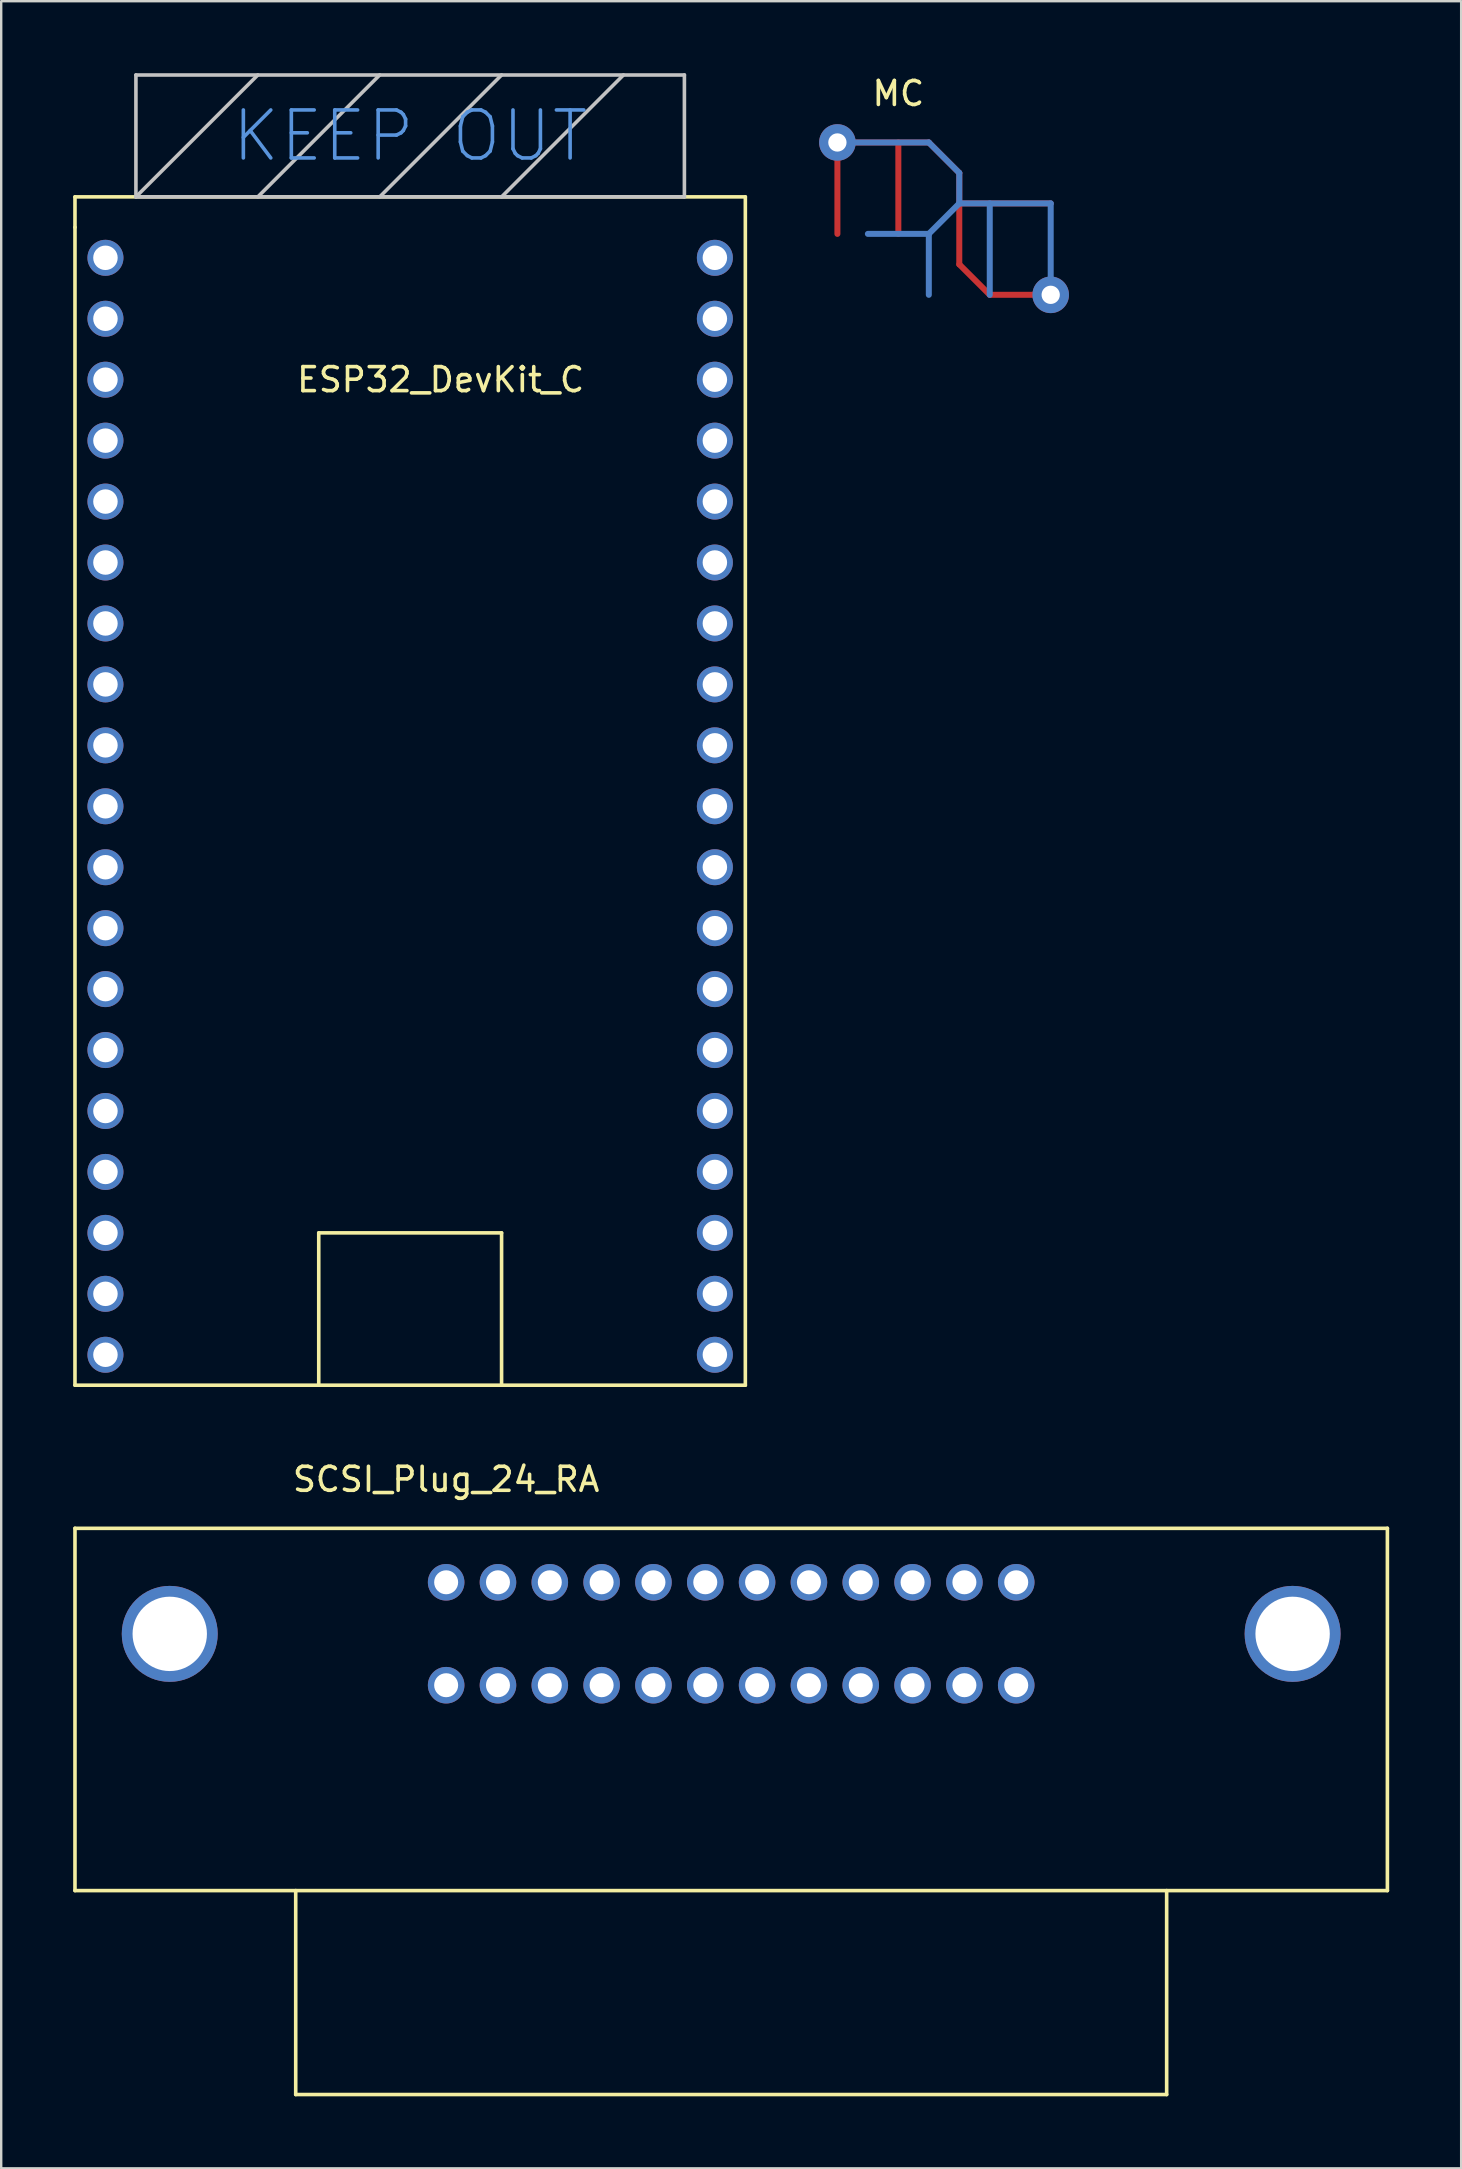
<source format=kicad_pcb>
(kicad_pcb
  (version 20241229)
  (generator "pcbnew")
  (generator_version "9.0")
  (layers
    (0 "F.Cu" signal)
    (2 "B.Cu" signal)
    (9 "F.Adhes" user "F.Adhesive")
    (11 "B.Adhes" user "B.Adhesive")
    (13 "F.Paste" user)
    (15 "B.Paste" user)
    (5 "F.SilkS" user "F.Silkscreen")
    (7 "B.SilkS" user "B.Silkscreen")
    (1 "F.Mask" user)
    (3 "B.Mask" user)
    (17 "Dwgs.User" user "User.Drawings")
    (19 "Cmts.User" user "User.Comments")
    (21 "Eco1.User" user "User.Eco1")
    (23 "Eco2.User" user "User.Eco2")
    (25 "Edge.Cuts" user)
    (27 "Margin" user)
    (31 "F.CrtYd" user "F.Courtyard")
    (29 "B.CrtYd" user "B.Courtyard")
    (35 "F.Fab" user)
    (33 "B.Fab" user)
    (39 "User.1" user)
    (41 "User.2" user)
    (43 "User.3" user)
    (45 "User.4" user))
  (footprint "ESP32_DevKit_C"
    (layer "F.Cu")
    (at 14.045 28.015)
    (property "Reference" "ESP32_DevKit_C" (at 1.27 -15.24 0) (layer "F.SilkS") (effects (font (size 1 1) (thickness 0.15))))
    (attr through_hole)
    (fp_line (start -13.97 -22.86) (end -13.97 -21.59) (stroke (width 0.15) (type solid)) (layer "F.SilkS"))
    (fp_line (start -13.97 -21.59) (end -13.97 26.67) (stroke (width 0.15) (type solid)) (layer "F.SilkS"))
    (fp_line (start -13.97 26.67) (end 13.97 26.67) (stroke (width 0.15) (type solid)) (layer "F.SilkS"))
    (fp_line (start -3.81 20.32) (end 3.81 20.32) (stroke (width 0.15) (type solid)) (layer "F.SilkS"))
    (fp_line (start -3.81 26.67) (end -3.81 20.32) (stroke (width 0.15) (type solid)) (layer "F.SilkS"))
    (fp_line (start 3.81 20.32) (end 3.81 26.67) (stroke (width 0.15) (type solid)) (layer "F.SilkS"))
    (fp_line (start 13.97 -22.86) (end -13.97 -22.86) (stroke (width 0.15) (type solid)) (layer "F.SilkS"))
    (fp_line (start 13.97 26.67) (end 13.97 -22.86) (stroke (width 0.15) (type solid)) (layer "F.SilkS"))
    (fp_line (start -11.43 -27.94) (end 11.43 -27.94) (stroke (width 0.15) (type solid)) (layer "Dwgs.User"))
    (fp_line (start -11.43 -22.86) (end -11.43 -27.94) (stroke (width 0.15) (type solid)) (layer "Dwgs.User"))
    (fp_line (start -11.43 -22.86) (end -6.35 -27.94) (stroke (width 0.15) (type solid)) (layer "Dwgs.User"))
    (fp_line (start -6.35 -22.86) (end -1.27 -27.94) (stroke (width 0.15) (type solid)) (layer "Dwgs.User"))
    (fp_line (start -1.27 -22.86) (end 3.81 -27.94) (stroke (width 0.15) (type solid)) (layer "Dwgs.User"))
    (fp_line (start 3.81 -22.86) (end 8.89 -27.94) (stroke (width 0.15) (type solid)) (layer "Dwgs.User"))
    (fp_line (start 11.43 -27.94) (end 11.43 -22.86) (stroke (width 0.15) (type solid)) (layer "Dwgs.User"))
    (fp_line (start 11.43 -22.86) (end -11.43 -22.86) (stroke (width 0.15) (type solid)) (layer "Dwgs.User"))
    (fp_text user "KEEP OUT" (at 0 -25.4 0) (layer "Cmts.User") (effects (font (size 2 2) (thickness 0.15))))
    (pad "1" thru_hole circle (at -12.7 -20.32) (size 1.5 1.5) (drill 1.02) (layers "*.Cu" "*.Mask"))
    (pad "2" thru_hole circle (at -12.7 -17.78) (size 1.5 1.5) (drill 1.02) (layers "*.Cu" "*.Mask"))
    (pad "3" thru_hole circle (at -12.7 -15.24) (size 1.5 1.5) (drill 1.02) (layers "*.Cu" "*.Mask"))
    (pad "4" thru_hole circle (at -12.7 -12.7) (size 1.5 1.5) (drill 1.02) (layers "*.Cu" "*.Mask"))
    (pad "5" thru_hole circle (at -12.7 -10.16) (size 1.5 1.5) (drill 1.02) (layers "*.Cu" "*.Mask"))
    (pad "6" thru_hole circle (at -12.7 -7.62) (size 1.5 1.5) (drill 1.02) (layers "*.Cu" "*.Mask"))
    (pad "7" thru_hole circle (at -12.7 -5.08) (size 1.5 1.5) (drill 1.02) (layers "*.Cu" "*.Mask"))
    (pad "8" thru_hole circle (at -12.7 -2.54) (size 1.5 1.5) (drill 1.02) (layers "*.Cu" "*.Mask"))
    (pad "9" thru_hole circle (at -12.7 0) (size 1.5 1.5) (drill 1.02) (layers "*.Cu" "*.Mask"))
    (pad "10" thru_hole circle (at -12.7 2.54) (size 1.5 1.5) (drill 1.02) (layers "*.Cu" "*.Mask"))
    (pad "11" thru_hole circle (at -12.7 5.08) (size 1.5 1.5) (drill 1.02) (layers "*.Cu" "*.Mask"))
    (pad "12" thru_hole circle (at -12.7 7.62) (size 1.5 1.5) (drill 1.02) (layers "*.Cu" "*.Mask"))
    (pad "13" thru_hole circle (at -12.7 10.16) (size 1.5 1.5) (drill 1.02) (layers "*.Cu" "*.Mask"))
    (pad "14" thru_hole circle (at -12.7 12.7) (size 1.5 1.5) (drill 1.02) (layers "*.Cu" "*.Mask"))
    (pad "15" thru_hole circle (at -12.7 15.24) (size 1.5 1.5) (drill 1.02) (layers "*.Cu" "*.Mask"))
    (pad "16" thru_hole circle (at -12.7 17.78) (size 1.5 1.5) (drill 1.02) (layers "*.Cu" "*.Mask"))
    (pad "17" thru_hole circle (at -12.7 20.32) (size 1.5 1.5) (drill 1.02) (layers "*.Cu" "*.Mask"))
    (pad "18" thru_hole circle (at -12.7 22.86) (size 1.5 1.5) (drill 1.02) (layers "*.Cu" "*.Mask"))
    (pad "19" thru_hole circle (at -12.7 25.4) (size 1.5 1.5) (drill 1.02) (layers "*.Cu" "*.Mask"))
    (pad "20" thru_hole circle (at 12.7 25.4) (size 1.5 1.5) (drill 1.02) (layers "*.Cu" "*.Mask"))
    (pad "21" thru_hole circle (at 12.7 22.86) (size 1.5 1.5) (drill 1.02) (layers "*.Cu" "*.Mask"))
    (pad "22" thru_hole circle (at 12.7 20.32) (size 1.5 1.5) (drill 1.02) (layers "*.Cu" "*.Mask"))
    (pad "23" thru_hole circle (at 12.7 17.78) (size 1.5 1.5) (drill 1.02) (layers "*.Cu" "*.Mask"))
    (pad "24" thru_hole circle (at 12.7 15.24) (size 1.5 1.5) (drill 1.02) (layers "*.Cu" "*.Mask"))
    (pad "25" thru_hole circle (at 12.7 12.7) (size 1.5 1.5) (drill 1.02) (layers "*.Cu" "*.Mask"))
    (pad "26" thru_hole circle (at 12.7 10.16) (size 1.5 1.5) (drill 1.02) (layers "*.Cu" "*.Mask"))
    (pad "27" thru_hole circle (at 12.7 7.62) (size 1.5 1.5) (drill 1.02) (layers "*.Cu" "*.Mask"))
    (pad "28" thru_hole circle (at 12.7 5.08) (size 1.5 1.5) (drill 1.02) (layers "*.Cu" "*.Mask"))
    (pad "29" thru_hole circle (at 12.7 2.54) (size 1.5 1.5) (drill 1.02) (layers "*.Cu" "*.Mask"))
    (pad "30" thru_hole circle (at 12.7 0) (size 1.5 1.5) (drill 1.02) (layers "*.Cu" "*.Mask"))
    (pad "31" thru_hole circle (at 12.7 -2.54) (size 1.5 1.5) (drill 1.02) (layers "*.Cu" "*.Mask"))
    (pad "32" thru_hole circle (at 12.7 -5.08) (size 1.5 1.5) (drill 1.02) (layers "*.Cu" "*.Mask"))
    (pad "33" thru_hole circle (at 12.7 -7.62) (size 1.5 1.5) (drill 1.02) (layers "*.Cu" "*.Mask"))
    (pad "34" thru_hole circle (at 12.7 -10.16) (size 1.5 1.5) (drill 1.02) (layers "*.Cu" "*.Mask"))
    (pad "35" thru_hole circle (at 12.7 -12.7) (size 1.5 1.5) (drill 1.02) (layers "*.Cu" "*.Mask"))
    (pad "36" thru_hole circle (at 12.7 -15.24) (size 1.5 1.5) (drill 1.02) (layers "*.Cu" "*.Mask"))
    (pad "37" thru_hole circle (at 12.7 -17.78) (size 1.5 1.5) (drill 1.02) (layers "*.Cu" "*.Mask"))
    (pad "38" thru_hole circle (at 12.7 -20.32) (size 1.5 1.5) (drill 1.02) (layers "*.Cu" "*.Mask")))
  (footprint "MC"
    (layer "F.Cu")
    (at 36.932 5.428)
    (property "Reference" "MC" (at -2.54 -4.58 0) (layer "F.SilkS") (effects (font (size 1 1) (thickness 0.15))))
    (attr through_hole)
    (fp_line (start -5.08 -2.54) (end -5.08 1.27) (stroke (width 0.25) (type solid)) (layer "F.Cu"))
    (fp_line (start -5.08 -2.54) (end -1.27 -2.54) (stroke (width 0.25) (type solid)) (layer "F.Cu"))
    (fp_line (start -2.54 -2.54) (end -2.54 1.27) (stroke (width 0.25) (type solid)) (layer "F.Cu"))
    (fp_line (start -1.27 -2.54) (end 0 -1.27) (stroke (width 0.25) (type solid)) (layer "F.Cu"))
    (fp_line (start 0 -1.27) (end 0 2.54) (stroke (width 0.25) (type solid)) (layer "F.Cu"))
    (fp_line (start 0 0) (end 3.81 0) (stroke (width 0.25) (type solid)) (layer "F.Cu"))
    (fp_line (start 0 2.54) (end 1.27 3.81) (stroke (width 0.25) (type solid)) (layer "F.Cu"))
    (fp_line (start 1.27 3.81) (end 3.81 3.81) (stroke (width 0.25) (type solid)) (layer "F.Cu"))
    (fp_line (start -1.27 -2.54) (end -5.08 -2.54) (stroke (width 0.25) (type solid)) (layer "B.Cu"))
    (fp_line (start -1.27 1.27) (end -3.81 1.27) (stroke (width 0.25) (type solid)) (layer "B.Cu"))
    (fp_line (start -1.27 1.27) (end -1.27 3.81) (stroke (width 0.25) (type solid)) (layer "B.Cu"))
    (fp_line (start 0 -1.27) (end -1.27 -2.54) (stroke (width 0.25) (type solid)) (layer "B.Cu"))
    (fp_line (start 0 0) (end -1.27 1.27) (stroke (width 0.25) (type solid)) (layer "B.Cu"))
    (fp_line (start 0 0) (end 0 -1.27) (stroke (width 0.25) (type solid)) (layer "B.Cu"))
    (fp_line (start 1.27 0) (end 1.27 3.81) (stroke (width 0.25) (type solid)) (layer "B.Cu"))
    (fp_line (start 3.81 0) (end 0 0) (stroke (width 0.25) (type solid)) (layer "B.Cu"))
    (fp_line (start 3.81 0) (end 3.81 3.81) (stroke (width 0.25) (type solid)) (layer "B.Cu"))
    (pad "" thru_hole circle (at -5.08 -2.54) (size 1.524 1.524) (drill 0.762) (layers "*.Cu"))
    (pad "" thru_hole circle (at 3.81 3.81) (size 1.524 1.524) (drill 0.762) (layers "*.Cu")))
  (footprint "SCSI_Plug_24_RA"
    (layer "F.Cu")
    (at 27.425 67.188)
    (property "Reference" "SCSI_Plug_24_RA" (at -11.88 -8.58 0) (layer "F.SilkS") (effects (font (size 1 1) (thickness 0.15))))
    (attr through_hole)
    (fp_line (start -27.35 -6.54) (end -27.35 8.56) (stroke (width 0.15) (type solid)) (layer "F.SilkS"))
    (fp_line (start -27.35 -6.54) (end 27.35 -6.54) (stroke (width 0.15) (type solid)) (layer "F.SilkS"))
    (fp_line (start -27.35 8.56) (end 27.35 8.56) (stroke (width 0.15) (type solid)) (layer "F.SilkS"))
    (fp_line (start -18.15 8.56) (end -18.15 17.06) (stroke (width 0.15) (type solid)) (layer "F.SilkS"))
    (fp_line (start -18.15 17.06) (end 18.15 17.06) (stroke (width 0.15) (type solid)) (layer "F.SilkS"))
    (fp_line (start 18.15 17.06) (end 18.15 8.56) (stroke (width 0.15) (type solid)) (layer "F.SilkS"))
    (fp_line (start 27.35 -6.54) (end 27.35 8.56) (stroke (width 0.15) (type solid)) (layer "F.SilkS"))
    (pad "" thru_hole circle (at -23.4 -2.14) (size 4 4) (drill 3.1) (layers "*.Cu" "*.Mask"))
    (pad "" thru_hole circle (at 23.4 -2.14) (size 4 4) (drill 3.1) (layers "*.Cu" "*.Mask"))
    (pad "1" thru_hole circle (at -11.88 -4.29) (size 1.524 1.524) (drill 1) (layers "*.Cu" "*.Mask"))
    (pad "2" thru_hole circle (at -9.72 -4.29) (size 1.524 1.524) (drill 1) (layers "*.Cu" "*.Mask"))
    (pad "3" thru_hole circle (at -7.56 -4.29) (size 1.524 1.524) (drill 1) (layers "*.Cu" "*.Mask"))
    (pad "4" thru_hole circle (at -5.4 -4.29) (size 1.524 1.524) (drill 1) (layers "*.Cu" "*.Mask"))
    (pad "5" thru_hole circle (at -3.24 -4.29) (size 1.524 1.524) (drill 1) (layers "*.Cu" "*.Mask"))
    (pad "6" thru_hole circle (at -1.08 -4.29) (size 1.524 1.524) (drill 1) (layers "*.Cu" "*.Mask"))
    (pad "7" thru_hole circle (at 1.08 -4.29) (size 1.524 1.524) (drill 1) (layers "*.Cu" "*.Mask"))
    (pad "8" thru_hole circle (at 3.24 -4.29) (size 1.524 1.524) (drill 1) (layers "*.Cu" "*.Mask"))
    (pad "9" thru_hole circle (at 5.4 -4.29) (size 1.524 1.524) (drill 1) (layers "*.Cu" "*.Mask"))
    (pad "10" thru_hole circle (at 7.56 -4.29) (size 1.524 1.524) (drill 1) (layers "*.Cu" "*.Mask"))
    (pad "11" thru_hole circle (at 9.72 -4.29) (size 1.524 1.524) (drill 1) (layers "*.Cu" "*.Mask"))
    (pad "12" thru_hole circle (at 11.88 -4.29) (size 1.524 1.524) (drill 1) (layers "*.Cu" "*.Mask"))
    (pad "13" thru_hole circle (at -11.88 0) (size 1.524 1.524) (drill 1) (layers "*.Cu" "*.Mask"))
    (pad "14" thru_hole circle (at -9.72 0) (size 1.524 1.524) (drill 1) (layers "*.Cu" "*.Mask"))
    (pad "15" thru_hole circle (at -7.56 0) (size 1.524 1.524) (drill 1) (layers "*.Cu" "*.Mask"))
    (pad "16" thru_hole circle (at -5.4 0) (size 1.524 1.524) (drill 1) (layers "*.Cu" "*.Mask"))
    (pad "17" thru_hole circle (at -3.24 0) (size 1.524 1.524) (drill 1) (layers "*.Cu" "*.Mask"))
    (pad "18" thru_hole circle (at -1.08 0) (size 1.524 1.524) (drill 1) (layers "*.Cu" "*.Mask"))
    (pad "19" thru_hole circle (at 1.08 0) (size 1.524 1.524) (drill 1) (layers "*.Cu" "*.Mask"))
    (pad "20" thru_hole circle (at 3.24 0) (size 1.524 1.524) (drill 1) (layers "*.Cu" "*.Mask"))
    (pad "21" thru_hole circle (at 5.4 0) (size 1.524 1.524) (drill 1) (layers "*.Cu" "*.Mask"))
    (pad "22" thru_hole circle (at 7.56 0) (size 1.524 1.524) (drill 1) (layers "*.Cu" "*.Mask"))
    (pad "23" thru_hole circle (at 9.72 0) (size 1.524 1.524) (drill 1) (layers "*.Cu" "*.Mask"))
    (pad "24" thru_hole circle (at 11.88 0) (size 1.524 1.524) (drill 1) (layers "*.Cu" "*.Mask")))
  (gr_rect
    (start -3 -3)
    (end 57.85 87.323)
    (stroke (width 0.1) (type default))
    (fill no)
    (layer "Edge.Cuts")))
</source>
